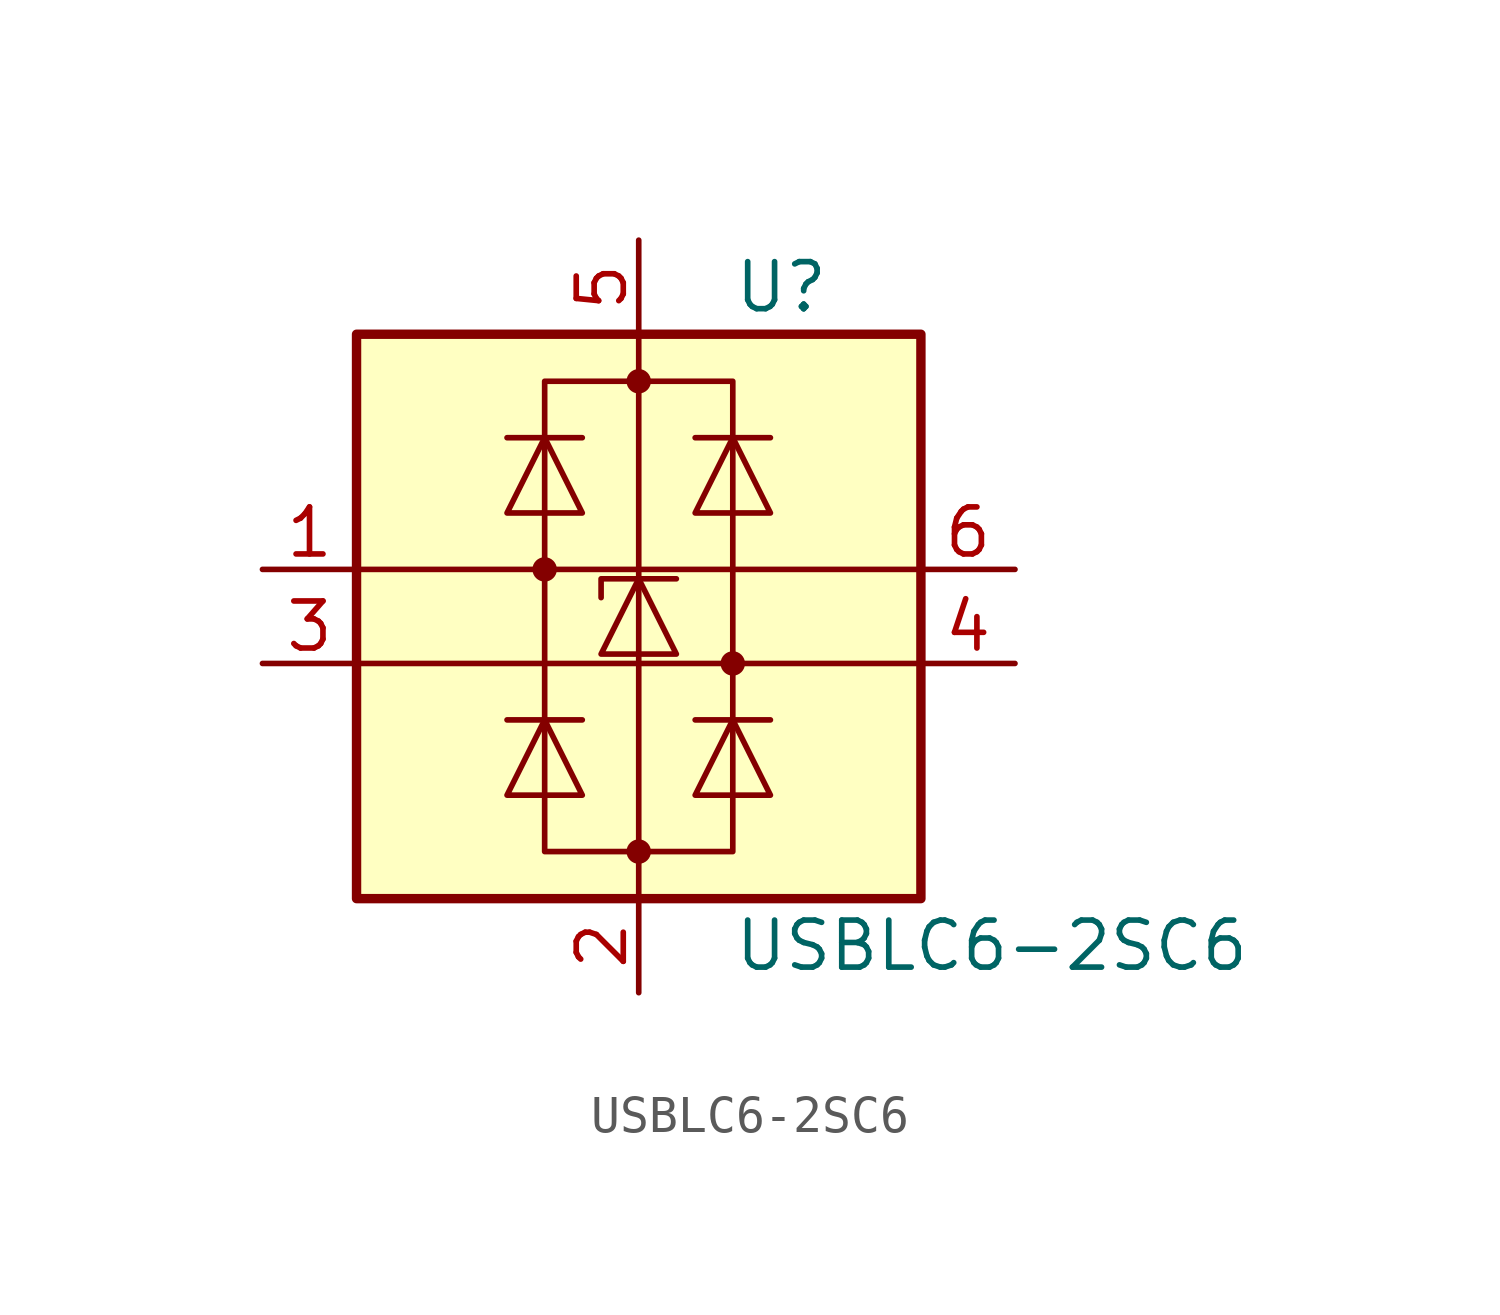
<source format=kicad_sym>
(kicad_symbol_lib
  (version 20220914)
  (generator kicad_symbol_editor)
  (symbol "USBLC6-2SC6"
    (pin_names hide)
    (property "Reference" "U"
      (at 2.54 8.89 0)
      (effects (font (size 1.27 1.27)) (justify left)))
    (property "Value" "USBLC6-2SC6"
      (at 2.54 -8.89 0)
      (effects (font (size 1.27 1.27)) (justify left)))
    (symbol "USBLC6-2SC6_0_1"
      (rectangle (start -7.62 7.62) (end 7.62 -7.62) (stroke (width 0.254) (type default)) (fill (type background)))
      (circle (center -2.54 1.27) (radius 0.254) (stroke (width 0) (type default)) (fill (type outline)))
      (rectangle (start -2.54 6.35) (end 2.54 -6.35) (stroke (width 0) (type default)) (fill (type none)))
      (circle (center 0 -6.35) (radius 0.254) (stroke (width 0) (type default)) (fill (type outline)))
      (polyline (pts (xy -1.524 -2.794) (xy -3.556 -2.794)) (stroke (width 0) (type default)) (fill (type none)))
      (polyline (pts (xy -1.524 4.826) (xy -3.556 4.826)) (stroke (width 0) (type default)) (fill (type none)))
      (polyline (pts (xy 0 -7.62) (xy 0 -6.35)) (stroke (width 0) (type default)) (fill (type none)))
      (polyline (pts (xy 0 -6.35) (xy 0 1.27)) (stroke (width 0) (type default)) (fill (type none)))
      (polyline (pts (xy 0 1.27) (xy 0 6.35)) (stroke (width 0) (type default)) (fill (type none)))
      (polyline (pts (xy 0 6.35) (xy 0 7.62)) (stroke (width 0) (type default)) (fill (type none)))
      (polyline (pts (xy 1.524 -2.794) (xy 3.556 -2.794)) (stroke (width 0) (type default)) (fill (type none)))
      (polyline (pts (xy 1.524 4.826) (xy 3.556 4.826)) (stroke (width 0) (type default)) (fill (type none)))
      (polyline (pts (xy 7.62 -1.27) (xy -7.62 -1.27)) (stroke (width 0) (type default)) (fill (type none)))
      (polyline (pts (xy 7.62 1.27) (xy -7.62 1.27)) (stroke (width 0) (type default)) (fill (type none)))
      (polyline (pts (xy -3.556 -4.826) (xy -1.524 -4.826) (xy -2.54 -2.794) (xy -3.556 -4.826)) (stroke (width 0) (type default)) (fill (type none)))
      (polyline (pts (xy -3.556 2.794) (xy -1.524 2.794) (xy -2.54 4.826) (xy -3.556 2.794)) (stroke (width 0) (type default)) (fill (type none)))
      (polyline (pts (xy -1.016 -1.016) (xy 1.016 -1.016) (xy 0 1.016) (xy -1.016 -1.016)) (stroke (width 0) (type default)) (fill (type none)))
      (polyline (pts (xy 1.016 1.016) (xy 0.762 1.016) (xy -1.016 1.016) (xy -1.016 0.508)) (stroke (width 0) (type default)) (fill (type none)))
      (polyline (pts (xy 3.556 -4.826) (xy 1.524 -4.826) (xy 2.54 -2.794) (xy 3.556 -4.826)) (stroke (width 0) (type default)) (fill (type none)))
      (polyline (pts (xy 3.556 2.794) (xy 1.524 2.794) (xy 2.54 4.826) (xy 3.556 2.794)) (stroke (width 0) (type default)) (fill (type none)))
      (circle (center 0 6.35) (radius 0.254) (stroke (width 0) (type default)) (fill (type outline)))
      (circle (center 2.54 -1.27) (radius 0.254) (stroke (width 0) (type default)) (fill (type outline))))
    (symbol "USBLC6-2SC6_1_1"
      (pin passive line (at -10.16 1.27 0) (length 2.54) (name "I/O1" (effects (font (size 1.27 1.27)))) (number "1" (effects (font (size 1.27 1.27)))))
      (pin passive line (at 0 -10.16 90) (length 2.54) (name "GND" (effects (font (size 1.27 1.27)))) (number "2" (effects (font (size 1.27 1.27)))))
      (pin passive line (at -10.16 -1.27 0) (length 2.54) (name "I/O2" (effects (font (size 1.27 1.27)))) (number "3" (effects (font (size 1.27 1.27)))))
      (pin passive line (at 10.16 -1.27 180) (length 2.54) (name "I/O2" (effects (font (size 1.27 1.27)))) (number "4" (effects (font (size 1.27 1.27)))))
      (pin passive line (at 0 10.16 270) (length 2.54) (name "VBUS" (effects (font (size 1.27 1.27)))) (number "5" (effects (font (size 1.27 1.27)))))
      (pin passive line (at 10.16 1.27 180) (length 2.54) (name "I/O1" (effects (font (size 1.27 1.27)))) (number "6" (effects (font (size 1.27 1.27))))))))
</source>
